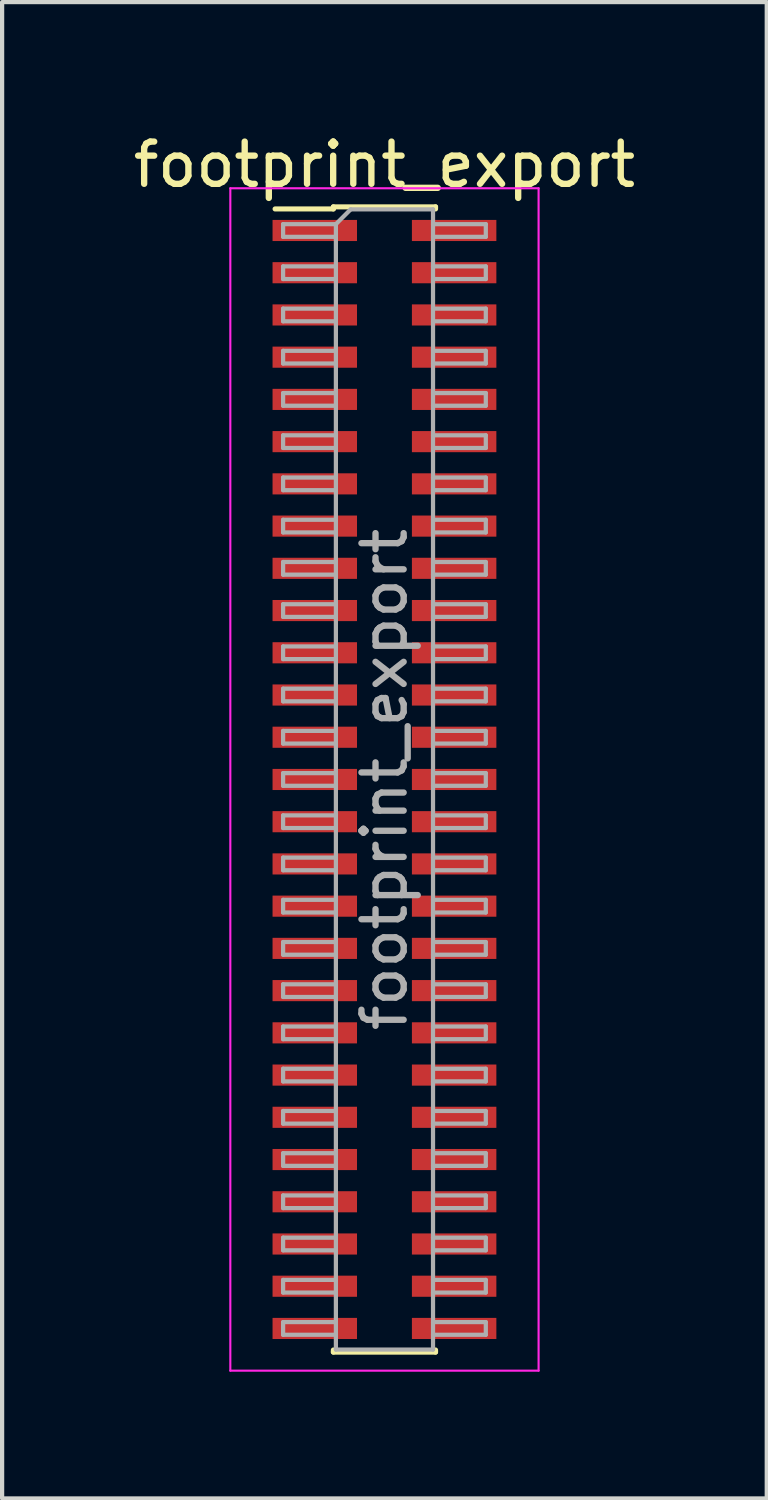
<source format=kicad_pcb>
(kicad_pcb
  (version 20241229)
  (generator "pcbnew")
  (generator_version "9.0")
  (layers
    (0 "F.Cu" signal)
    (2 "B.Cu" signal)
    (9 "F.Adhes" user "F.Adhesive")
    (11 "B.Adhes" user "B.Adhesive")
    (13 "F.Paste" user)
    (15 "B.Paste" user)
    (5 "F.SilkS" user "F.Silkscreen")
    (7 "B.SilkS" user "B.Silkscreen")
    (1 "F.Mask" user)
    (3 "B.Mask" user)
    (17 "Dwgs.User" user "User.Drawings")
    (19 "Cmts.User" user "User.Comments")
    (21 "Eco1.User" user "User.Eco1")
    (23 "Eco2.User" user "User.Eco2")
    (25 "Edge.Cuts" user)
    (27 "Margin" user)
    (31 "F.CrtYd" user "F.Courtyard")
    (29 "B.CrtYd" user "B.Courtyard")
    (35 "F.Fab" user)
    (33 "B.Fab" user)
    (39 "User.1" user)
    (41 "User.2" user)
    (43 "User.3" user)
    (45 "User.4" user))
  (footprint "footprint_export"
    (layer "F.Cu")
    (at 6.054 15.408)
    (property "Reference" "footprint_export" (at 0 -14.56 0) (layer "F.SilkS") (effects (font (size 1 1) (thickness 0.15))))
    (attr smd)
    (fp_line (start -2.59 -13.51) (end -1.21 -13.51) (stroke (width 0.12) (type solid)) (layer "F.SilkS"))
    (fp_line (start -1.21 -13.56) (end -1.21 -13.51) (stroke (width 0.12) (type solid)) (layer "F.SilkS"))
    (fp_line (start -1.21 -13.56) (end 1.21 -13.56) (stroke (width 0.12) (type solid)) (layer "F.SilkS"))
    (fp_line (start -1.21 13.51) (end -1.21 13.56) (stroke (width 0.12) (type solid)) (layer "F.SilkS"))
    (fp_line (start -1.21 13.56) (end 1.21 13.56) (stroke (width 0.12) (type solid)) (layer "F.SilkS"))
    (fp_line (start 1.21 -13.56) (end 1.21 -13.51) (stroke (width 0.12) (type solid)) (layer "F.SilkS"))
    (fp_line (start 1.21 13.51) (end 1.21 13.56) (stroke (width 0.12) (type solid)) (layer "F.SilkS"))
    (fp_line (start -3.65 -14) (end -3.65 14) (stroke (width 0.05) (type solid)) (layer "F.CrtYd"))
    (fp_line (start -3.65 14) (end 3.65 14) (stroke (width 0.05) (type solid)) (layer "F.CrtYd"))
    (fp_line (start 3.65 -14) (end -3.65 -14) (stroke (width 0.05) (type solid)) (layer "F.CrtYd"))
    (fp_line (start 3.65 14) (end 3.65 -14) (stroke (width 0.05) (type solid)) (layer "F.CrtYd"))
    (fp_line (start -2.4 -13.15) (end -2.4 -12.85) (stroke (width 0.1) (type solid)) (layer "F.Fab"))
    (fp_line (start -2.4 -12.85) (end -1.15 -12.85) (stroke (width 0.1) (type solid)) (layer "F.Fab"))
    (fp_line (start -2.4 -12.15) (end -2.4 -11.85) (stroke (width 0.1) (type solid)) (layer "F.Fab"))
    (fp_line (start -2.4 -11.85) (end -1.15 -11.85) (stroke (width 0.1) (type solid)) (layer "F.Fab"))
    (fp_line (start -2.4 -11.15) (end -2.4 -10.85) (stroke (width 0.1) (type solid)) (layer "F.Fab"))
    (fp_line (start -2.4 -10.85) (end -1.15 -10.85) (stroke (width 0.1) (type solid)) (layer "F.Fab"))
    (fp_line (start -2.4 -10.15) (end -2.4 -9.85) (stroke (width 0.1) (type solid)) (layer "F.Fab"))
    (fp_line (start -2.4 -9.85) (end -1.15 -9.85) (stroke (width 0.1) (type solid)) (layer "F.Fab"))
    (fp_line (start -2.4 -9.15) (end -2.4 -8.85) (stroke (width 0.1) (type solid)) (layer "F.Fab"))
    (fp_line (start -2.4 -8.85) (end -1.15 -8.85) (stroke (width 0.1) (type solid)) (layer "F.Fab"))
    (fp_line (start -2.4 -8.15) (end -2.4 -7.85) (stroke (width 0.1) (type solid)) (layer "F.Fab"))
    (fp_line (start -2.4 -7.85) (end -1.15 -7.85) (stroke (width 0.1) (type solid)) (layer "F.Fab"))
    (fp_line (start -2.4 -7.15) (end -2.4 -6.85) (stroke (width 0.1) (type solid)) (layer "F.Fab"))
    (fp_line (start -2.4 -6.85) (end -1.15 -6.85) (stroke (width 0.1) (type solid)) (layer "F.Fab"))
    (fp_line (start -2.4 -6.15) (end -2.4 -5.85) (stroke (width 0.1) (type solid)) (layer "F.Fab"))
    (fp_line (start -2.4 -5.85) (end -1.15 -5.85) (stroke (width 0.1) (type solid)) (layer "F.Fab"))
    (fp_line (start -2.4 -5.15) (end -2.4 -4.85) (stroke (width 0.1) (type solid)) (layer "F.Fab"))
    (fp_line (start -2.4 -4.85) (end -1.15 -4.85) (stroke (width 0.1) (type solid)) (layer "F.Fab"))
    (fp_line (start -2.4 -4.15) (end -2.4 -3.85) (stroke (width 0.1) (type solid)) (layer "F.Fab"))
    (fp_line (start -2.4 -3.85) (end -1.15 -3.85) (stroke (width 0.1) (type solid)) (layer "F.Fab"))
    (fp_line (start -2.4 -3.15) (end -2.4 -2.85) (stroke (width 0.1) (type solid)) (layer "F.Fab"))
    (fp_line (start -2.4 -2.85) (end -1.15 -2.85) (stroke (width 0.1) (type solid)) (layer "F.Fab"))
    (fp_line (start -2.4 -2.15) (end -2.4 -1.85) (stroke (width 0.1) (type solid)) (layer "F.Fab"))
    (fp_line (start -2.4 -1.85) (end -1.15 -1.85) (stroke (width 0.1) (type solid)) (layer "F.Fab"))
    (fp_line (start -2.4 -1.15) (end -2.4 -0.85) (stroke (width 0.1) (type solid)) (layer "F.Fab"))
    (fp_line (start -2.4 -0.85) (end -1.15 -0.85) (stroke (width 0.1) (type solid)) (layer "F.Fab"))
    (fp_line (start -2.4 -0.15) (end -2.4 0.15) (stroke (width 0.1) (type solid)) (layer "F.Fab"))
    (fp_line (start -2.4 0.15) (end -1.15 0.15) (stroke (width 0.1) (type solid)) (layer "F.Fab"))
    (fp_line (start -2.4 0.85) (end -2.4 1.15) (stroke (width 0.1) (type solid)) (layer "F.Fab"))
    (fp_line (start -2.4 1.15) (end -1.15 1.15) (stroke (width 0.1) (type solid)) (layer "F.Fab"))
    (fp_line (start -2.4 1.85) (end -2.4 2.15) (stroke (width 0.1) (type solid)) (layer "F.Fab"))
    (fp_line (start -2.4 2.15) (end -1.15 2.15) (stroke (width 0.1) (type solid)) (layer "F.Fab"))
    (fp_line (start -2.4 2.85) (end -2.4 3.15) (stroke (width 0.1) (type solid)) (layer "F.Fab"))
    (fp_line (start -2.4 3.15) (end -1.15 3.15) (stroke (width 0.1) (type solid)) (layer "F.Fab"))
    (fp_line (start -2.4 3.85) (end -2.4 4.15) (stroke (width 0.1) (type solid)) (layer "F.Fab"))
    (fp_line (start -2.4 4.15) (end -1.15 4.15) (stroke (width 0.1) (type solid)) (layer "F.Fab"))
    (fp_line (start -2.4 4.85) (end -2.4 5.15) (stroke (width 0.1) (type solid)) (layer "F.Fab"))
    (fp_line (start -2.4 5.15) (end -1.15 5.15) (stroke (width 0.1) (type solid)) (layer "F.Fab"))
    (fp_line (start -2.4 5.85) (end -2.4 6.15) (stroke (width 0.1) (type solid)) (layer "F.Fab"))
    (fp_line (start -2.4 6.15) (end -1.15 6.15) (stroke (width 0.1) (type solid)) (layer "F.Fab"))
    (fp_line (start -2.4 6.85) (end -2.4 7.15) (stroke (width 0.1) (type solid)) (layer "F.Fab"))
    (fp_line (start -2.4 7.15) (end -1.15 7.15) (stroke (width 0.1) (type solid)) (layer "F.Fab"))
    (fp_line (start -2.4 7.85) (end -2.4 8.15) (stroke (width 0.1) (type solid)) (layer "F.Fab"))
    (fp_line (start -2.4 8.15) (end -1.15 8.15) (stroke (width 0.1) (type solid)) (layer "F.Fab"))
    (fp_line (start -2.4 8.85) (end -2.4 9.15) (stroke (width 0.1) (type solid)) (layer "F.Fab"))
    (fp_line (start -2.4 9.15) (end -1.15 9.15) (stroke (width 0.1) (type solid)) (layer "F.Fab"))
    (fp_line (start -2.4 9.85) (end -2.4 10.15) (stroke (width 0.1) (type solid)) (layer "F.Fab"))
    (fp_line (start -2.4 10.15) (end -1.15 10.15) (stroke (width 0.1) (type solid)) (layer "F.Fab"))
    (fp_line (start -2.4 10.85) (end -2.4 11.15) (stroke (width 0.1) (type solid)) (layer "F.Fab"))
    (fp_line (start -2.4 11.15) (end -1.15 11.15) (stroke (width 0.1) (type solid)) (layer "F.Fab"))
    (fp_line (start -2.4 11.85) (end -2.4 12.15) (stroke (width 0.1) (type solid)) (layer "F.Fab"))
    (fp_line (start -2.4 12.15) (end -1.15 12.15) (stroke (width 0.1) (type solid)) (layer "F.Fab"))
    (fp_line (start -2.4 12.85) (end -2.4 13.15) (stroke (width 0.1) (type solid)) (layer "F.Fab"))
    (fp_line (start -2.4 13.15) (end -1.15 13.15) (stroke (width 0.1) (type solid)) (layer "F.Fab"))
    (fp_line (start -1.15 -13.15) (end -2.4 -13.15) (stroke (width 0.1) (type solid)) (layer "F.Fab"))
    (fp_line (start -1.15 -13.15) (end -0.8 -13.5) (stroke (width 0.1) (type solid)) (layer "F.Fab"))
    (fp_line (start -1.15 -12.15) (end -2.4 -12.15) (stroke (width 0.1) (type solid)) (layer "F.Fab"))
    (fp_line (start -1.15 -11.15) (end -2.4 -11.15) (stroke (width 0.1) (type solid)) (layer "F.Fab"))
    (fp_line (start -1.15 -10.15) (end -2.4 -10.15) (stroke (width 0.1) (type solid)) (layer "F.Fab"))
    (fp_line (start -1.15 -9.15) (end -2.4 -9.15) (stroke (width 0.1) (type solid)) (layer "F.Fab"))
    (fp_line (start -1.15 -8.15) (end -2.4 -8.15) (stroke (width 0.1) (type solid)) (layer "F.Fab"))
    (fp_line (start -1.15 -7.15) (end -2.4 -7.15) (stroke (width 0.1) (type solid)) (layer "F.Fab"))
    (fp_line (start -1.15 -6.15) (end -2.4 -6.15) (stroke (width 0.1) (type solid)) (layer "F.Fab"))
    (fp_line (start -1.15 -5.15) (end -2.4 -5.15) (stroke (width 0.1) (type solid)) (layer "F.Fab"))
    (fp_line (start -1.15 -4.15) (end -2.4 -4.15) (stroke (width 0.1) (type solid)) (layer "F.Fab"))
    (fp_line (start -1.15 -3.15) (end -2.4 -3.15) (stroke (width 0.1) (type solid)) (layer "F.Fab"))
    (fp_line (start -1.15 -2.15) (end -2.4 -2.15) (stroke (width 0.1) (type solid)) (layer "F.Fab"))
    (fp_line (start -1.15 -1.15) (end -2.4 -1.15) (stroke (width 0.1) (type solid)) (layer "F.Fab"))
    (fp_line (start -1.15 -0.15) (end -2.4 -0.15) (stroke (width 0.1) (type solid)) (layer "F.Fab"))
    (fp_line (start -1.15 0.85) (end -2.4 0.85) (stroke (width 0.1) (type solid)) (layer "F.Fab"))
    (fp_line (start -1.15 1.85) (end -2.4 1.85) (stroke (width 0.1) (type solid)) (layer "F.Fab"))
    (fp_line (start -1.15 2.85) (end -2.4 2.85) (stroke (width 0.1) (type solid)) (layer "F.Fab"))
    (fp_line (start -1.15 3.85) (end -2.4 3.85) (stroke (width 0.1) (type solid)) (layer "F.Fab"))
    (fp_line (start -1.15 4.85) (end -2.4 4.85) (stroke (width 0.1) (type solid)) (layer "F.Fab"))
    (fp_line (start -1.15 5.85) (end -2.4 5.85) (stroke (width 0.1) (type solid)) (layer "F.Fab"))
    (fp_line (start -1.15 6.85) (end -2.4 6.85) (stroke (width 0.1) (type solid)) (layer "F.Fab"))
    (fp_line (start -1.15 7.85) (end -2.4 7.85) (stroke (width 0.1) (type solid)) (layer "F.Fab"))
    (fp_line (start -1.15 8.85) (end -2.4 8.85) (stroke (width 0.1) (type solid)) (layer "F.Fab"))
    (fp_line (start -1.15 9.85) (end -2.4 9.85) (stroke (width 0.1) (type solid)) (layer "F.Fab"))
    (fp_line (start -1.15 10.85) (end -2.4 10.85) (stroke (width 0.1) (type solid)) (layer "F.Fab"))
    (fp_line (start -1.15 11.85) (end -2.4 11.85) (stroke (width 0.1) (type solid)) (layer "F.Fab"))
    (fp_line (start -1.15 12.85) (end -2.4 12.85) (stroke (width 0.1) (type solid)) (layer "F.Fab"))
    (fp_line (start -1.15 13.5) (end -1.15 -13.15) (stroke (width 0.1) (type solid)) (layer "F.Fab"))
    (fp_line (start -0.8 -13.5) (end 1.15 -13.5) (stroke (width 0.1) (type solid)) (layer "F.Fab"))
    (fp_line (start 1.15 -13.5) (end 1.15 13.5) (stroke (width 0.1) (type solid)) (layer "F.Fab"))
    (fp_line (start 1.15 -13.15) (end 2.4 -13.15) (stroke (width 0.1) (type solid)) (layer "F.Fab"))
    (fp_line (start 1.15 -12.15) (end 2.4 -12.15) (stroke (width 0.1) (type solid)) (layer "F.Fab"))
    (fp_line (start 1.15 -11.15) (end 2.4 -11.15) (stroke (width 0.1) (type solid)) (layer "F.Fab"))
    (fp_line (start 1.15 -10.15) (end 2.4 -10.15) (stroke (width 0.1) (type solid)) (layer "F.Fab"))
    (fp_line (start 1.15 -9.15) (end 2.4 -9.15) (stroke (width 0.1) (type solid)) (layer "F.Fab"))
    (fp_line (start 1.15 -8.15) (end 2.4 -8.15) (stroke (width 0.1) (type solid)) (layer "F.Fab"))
    (fp_line (start 1.15 -7.15) (end 2.4 -7.15) (stroke (width 0.1) (type solid)) (layer "F.Fab"))
    (fp_line (start 1.15 -6.15) (end 2.4 -6.15) (stroke (width 0.1) (type solid)) (layer "F.Fab"))
    (fp_line (start 1.15 -5.15) (end 2.4 -5.15) (stroke (width 0.1) (type solid)) (layer "F.Fab"))
    (fp_line (start 1.15 -4.15) (end 2.4 -4.15) (stroke (width 0.1) (type solid)) (layer "F.Fab"))
    (fp_line (start 1.15 -3.15) (end 2.4 -3.15) (stroke (width 0.1) (type solid)) (layer "F.Fab"))
    (fp_line (start 1.15 -2.15) (end 2.4 -2.15) (stroke (width 0.1) (type solid)) (layer "F.Fab"))
    (fp_line (start 1.15 -1.15) (end 2.4 -1.15) (stroke (width 0.1) (type solid)) (layer "F.Fab"))
    (fp_line (start 1.15 -0.15) (end 2.4 -0.15) (stroke (width 0.1) (type solid)) (layer "F.Fab"))
    (fp_line (start 1.15 0.85) (end 2.4 0.85) (stroke (width 0.1) (type solid)) (layer "F.Fab"))
    (fp_line (start 1.15 1.85) (end 2.4 1.85) (stroke (width 0.1) (type solid)) (layer "F.Fab"))
    (fp_line (start 1.15 2.85) (end 2.4 2.85) (stroke (width 0.1) (type solid)) (layer "F.Fab"))
    (fp_line (start 1.15 3.85) (end 2.4 3.85) (stroke (width 0.1) (type solid)) (layer "F.Fab"))
    (fp_line (start 1.15 4.85) (end 2.4 4.85) (stroke (width 0.1) (type solid)) (layer "F.Fab"))
    (fp_line (start 1.15 5.85) (end 2.4 5.85) (stroke (width 0.1) (type solid)) (layer "F.Fab"))
    (fp_line (start 1.15 6.85) (end 2.4 6.85) (stroke (width 0.1) (type solid)) (layer "F.Fab"))
    (fp_line (start 1.15 7.85) (end 2.4 7.85) (stroke (width 0.1) (type solid)) (layer "F.Fab"))
    (fp_line (start 1.15 8.85) (end 2.4 8.85) (stroke (width 0.1) (type solid)) (layer "F.Fab"))
    (fp_line (start 1.15 9.85) (end 2.4 9.85) (stroke (width 0.1) (type solid)) (layer "F.Fab"))
    (fp_line (start 1.15 10.85) (end 2.4 10.85) (stroke (width 0.1) (type solid)) (layer "F.Fab"))
    (fp_line (start 1.15 11.85) (end 2.4 11.85) (stroke (width 0.1) (type solid)) (layer "F.Fab"))
    (fp_line (start 1.15 12.85) (end 2.4 12.85) (stroke (width 0.1) (type solid)) (layer "F.Fab"))
    (fp_line (start 1.15 13.5) (end -1.15 13.5) (stroke (width 0.1) (type solid)) (layer "F.Fab"))
    (fp_line (start 2.4 -13.15) (end 2.4 -12.85) (stroke (width 0.1) (type solid)) (layer "F.Fab"))
    (fp_line (start 2.4 -12.85) (end 1.15 -12.85) (stroke (width 0.1) (type solid)) (layer "F.Fab"))
    (fp_line (start 2.4 -12.15) (end 2.4 -11.85) (stroke (width 0.1) (type solid)) (layer "F.Fab"))
    (fp_line (start 2.4 -11.85) (end 1.15 -11.85) (stroke (width 0.1) (type solid)) (layer "F.Fab"))
    (fp_line (start 2.4 -11.15) (end 2.4 -10.85) (stroke (width 0.1) (type solid)) (layer "F.Fab"))
    (fp_line (start 2.4 -10.85) (end 1.15 -10.85) (stroke (width 0.1) (type solid)) (layer "F.Fab"))
    (fp_line (start 2.4 -10.15) (end 2.4 -9.85) (stroke (width 0.1) (type solid)) (layer "F.Fab"))
    (fp_line (start 2.4 -9.85) (end 1.15 -9.85) (stroke (width 0.1) (type solid)) (layer "F.Fab"))
    (fp_line (start 2.4 -9.15) (end 2.4 -8.85) (stroke (width 0.1) (type solid)) (layer "F.Fab"))
    (fp_line (start 2.4 -8.85) (end 1.15 -8.85) (stroke (width 0.1) (type solid)) (layer "F.Fab"))
    (fp_line (start 2.4 -8.15) (end 2.4 -7.85) (stroke (width 0.1) (type solid)) (layer "F.Fab"))
    (fp_line (start 2.4 -7.85) (end 1.15 -7.85) (stroke (width 0.1) (type solid)) (layer "F.Fab"))
    (fp_line (start 2.4 -7.15) (end 2.4 -6.85) (stroke (width 0.1) (type solid)) (layer "F.Fab"))
    (fp_line (start 2.4 -6.85) (end 1.15 -6.85) (stroke (width 0.1) (type solid)) (layer "F.Fab"))
    (fp_line (start 2.4 -6.15) (end 2.4 -5.85) (stroke (width 0.1) (type solid)) (layer "F.Fab"))
    (fp_line (start 2.4 -5.85) (end 1.15 -5.85) (stroke (width 0.1) (type solid)) (layer "F.Fab"))
    (fp_line (start 2.4 -5.15) (end 2.4 -4.85) (stroke (width 0.1) (type solid)) (layer "F.Fab"))
    (fp_line (start 2.4 -4.85) (end 1.15 -4.85) (stroke (width 0.1) (type solid)) (layer "F.Fab"))
    (fp_line (start 2.4 -4.15) (end 2.4 -3.85) (stroke (width 0.1) (type solid)) (layer "F.Fab"))
    (fp_line (start 2.4 -3.85) (end 1.15 -3.85) (stroke (width 0.1) (type solid)) (layer "F.Fab"))
    (fp_line (start 2.4 -3.15) (end 2.4 -2.85) (stroke (width 0.1) (type solid)) (layer "F.Fab"))
    (fp_line (start 2.4 -2.85) (end 1.15 -2.85) (stroke (width 0.1) (type solid)) (layer "F.Fab"))
    (fp_line (start 2.4 -2.15) (end 2.4 -1.85) (stroke (width 0.1) (type solid)) (layer "F.Fab"))
    (fp_line (start 2.4 -1.85) (end 1.15 -1.85) (stroke (width 0.1) (type solid)) (layer "F.Fab"))
    (fp_line (start 2.4 -1.15) (end 2.4 -0.85) (stroke (width 0.1) (type solid)) (layer "F.Fab"))
    (fp_line (start 2.4 -0.85) (end 1.15 -0.85) (stroke (width 0.1) (type solid)) (layer "F.Fab"))
    (fp_line (start 2.4 -0.15) (end 2.4 0.15) (stroke (width 0.1) (type solid)) (layer "F.Fab"))
    (fp_line (start 2.4 0.15) (end 1.15 0.15) (stroke (width 0.1) (type solid)) (layer "F.Fab"))
    (fp_line (start 2.4 0.85) (end 2.4 1.15) (stroke (width 0.1) (type solid)) (layer "F.Fab"))
    (fp_line (start 2.4 1.15) (end 1.15 1.15) (stroke (width 0.1) (type solid)) (layer "F.Fab"))
    (fp_line (start 2.4 1.85) (end 2.4 2.15) (stroke (width 0.1) (type solid)) (layer "F.Fab"))
    (fp_line (start 2.4 2.15) (end 1.15 2.15) (stroke (width 0.1) (type solid)) (layer "F.Fab"))
    (fp_line (start 2.4 2.85) (end 2.4 3.15) (stroke (width 0.1) (type solid)) (layer "F.Fab"))
    (fp_line (start 2.4 3.15) (end 1.15 3.15) (stroke (width 0.1) (type solid)) (layer "F.Fab"))
    (fp_line (start 2.4 3.85) (end 2.4 4.15) (stroke (width 0.1) (type solid)) (layer "F.Fab"))
    (fp_line (start 2.4 4.15) (end 1.15 4.15) (stroke (width 0.1) (type solid)) (layer "F.Fab"))
    (fp_line (start 2.4 4.85) (end 2.4 5.15) (stroke (width 0.1) (type solid)) (layer "F.Fab"))
    (fp_line (start 2.4 5.15) (end 1.15 5.15) (stroke (width 0.1) (type solid)) (layer "F.Fab"))
    (fp_line (start 2.4 5.85) (end 2.4 6.15) (stroke (width 0.1) (type solid)) (layer "F.Fab"))
    (fp_line (start 2.4 6.15) (end 1.15 6.15) (stroke (width 0.1) (type solid)) (layer "F.Fab"))
    (fp_line (start 2.4 6.85) (end 2.4 7.15) (stroke (width 0.1) (type solid)) (layer "F.Fab"))
    (fp_line (start 2.4 7.15) (end 1.15 7.15) (stroke (width 0.1) (type solid)) (layer "F.Fab"))
    (fp_line (start 2.4 7.85) (end 2.4 8.15) (stroke (width 0.1) (type solid)) (layer "F.Fab"))
    (fp_line (start 2.4 8.15) (end 1.15 8.15) (stroke (width 0.1) (type solid)) (layer "F.Fab"))
    (fp_line (start 2.4 8.85) (end 2.4 9.15) (stroke (width 0.1) (type solid)) (layer "F.Fab"))
    (fp_line (start 2.4 9.15) (end 1.15 9.15) (stroke (width 0.1) (type solid)) (layer "F.Fab"))
    (fp_line (start 2.4 9.85) (end 2.4 10.15) (stroke (width 0.1) (type solid)) (layer "F.Fab"))
    (fp_line (start 2.4 10.15) (end 1.15 10.15) (stroke (width 0.1) (type solid)) (layer "F.Fab"))
    (fp_line (start 2.4 10.85) (end 2.4 11.15) (stroke (width 0.1) (type solid)) (layer "F.Fab"))
    (fp_line (start 2.4 11.15) (end 1.15 11.15) (stroke (width 0.1) (type solid)) (layer "F.Fab"))
    (fp_line (start 2.4 11.85) (end 2.4 12.15) (stroke (width 0.1) (type solid)) (layer "F.Fab"))
    (fp_line (start 2.4 12.15) (end 1.15 12.15) (stroke (width 0.1) (type solid)) (layer "F.Fab"))
    (fp_line (start 2.4 12.85) (end 2.4 13.15) (stroke (width 0.1) (type solid)) (layer "F.Fab"))
    (fp_line (start 2.4 13.15) (end 1.15 13.15) (stroke (width 0.1) (type solid)) (layer "F.Fab"))
    (fp_text user "${REFERENCE}" (at 0 0 90) (layer "F.Fab") (effects (font (size 1 1) (thickness 0.15))))
    (pad "1" smd rect (at -1.65 -13) (size 2 0.5) (layers "F.Cu" "F.Mask" "F.Paste"))
    (pad "2" smd rect (at 1.65 -13) (size 2 0.5) (layers "F.Cu" "F.Mask" "F.Paste"))
    (pad "3" smd rect (at -1.65 -12) (size 2 0.5) (layers "F.Cu" "F.Mask" "F.Paste"))
    (pad "4" smd rect (at 1.65 -12) (size 2 0.5) (layers "F.Cu" "F.Mask" "F.Paste"))
    (pad "5" smd rect (at -1.65 -11) (size 2 0.5) (layers "F.Cu" "F.Mask" "F.Paste"))
    (pad "6" smd rect (at 1.65 -11) (size 2 0.5) (layers "F.Cu" "F.Mask" "F.Paste"))
    (pad "7" smd rect (at -1.65 -10) (size 2 0.5) (layers "F.Cu" "F.Mask" "F.Paste"))
    (pad "8" smd rect (at 1.65 -10) (size 2 0.5) (layers "F.Cu" "F.Mask" "F.Paste"))
    (pad "9" smd rect (at -1.65 -9) (size 2 0.5) (layers "F.Cu" "F.Mask" "F.Paste"))
    (pad "10" smd rect (at 1.65 -9) (size 2 0.5) (layers "F.Cu" "F.Mask" "F.Paste"))
    (pad "11" smd rect (at -1.65 -8) (size 2 0.5) (layers "F.Cu" "F.Mask" "F.Paste"))
    (pad "12" smd rect (at 1.65 -8) (size 2 0.5) (layers "F.Cu" "F.Mask" "F.Paste"))
    (pad "13" smd rect (at -1.65 -7) (size 2 0.5) (layers "F.Cu" "F.Mask" "F.Paste"))
    (pad "14" smd rect (at 1.65 -7) (size 2 0.5) (layers "F.Cu" "F.Mask" "F.Paste"))
    (pad "15" smd rect (at -1.65 -6) (size 2 0.5) (layers "F.Cu" "F.Mask" "F.Paste"))
    (pad "16" smd rect (at 1.65 -6) (size 2 0.5) (layers "F.Cu" "F.Mask" "F.Paste"))
    (pad "17" smd rect (at -1.65 -5) (size 2 0.5) (layers "F.Cu" "F.Mask" "F.Paste"))
    (pad "18" smd rect (at 1.65 -5) (size 2 0.5) (layers "F.Cu" "F.Mask" "F.Paste"))
    (pad "19" smd rect (at -1.65 -4) (size 2 0.5) (layers "F.Cu" "F.Mask" "F.Paste"))
    (pad "20" smd rect (at 1.65 -4) (size 2 0.5) (layers "F.Cu" "F.Mask" "F.Paste"))
    (pad "21" smd rect (at -1.65 -3) (size 2 0.5) (layers "F.Cu" "F.Mask" "F.Paste"))
    (pad "22" smd rect (at 1.65 -3) (size 2 0.5) (layers "F.Cu" "F.Mask" "F.Paste"))
    (pad "23" smd rect (at -1.65 -2) (size 2 0.5) (layers "F.Cu" "F.Mask" "F.Paste"))
    (pad "24" smd rect (at 1.65 -2) (size 2 0.5) (layers "F.Cu" "F.Mask" "F.Paste"))
    (pad "25" smd rect (at -1.65 -1) (size 2 0.5) (layers "F.Cu" "F.Mask" "F.Paste"))
    (pad "26" smd rect (at 1.65 -1) (size 2 0.5) (layers "F.Cu" "F.Mask" "F.Paste"))
    (pad "27" smd rect (at -1.65 0) (size 2 0.5) (layers "F.Cu" "F.Mask" "F.Paste"))
    (pad "28" smd rect (at 1.65 0) (size 2 0.5) (layers "F.Cu" "F.Mask" "F.Paste"))
    (pad "29" smd rect (at -1.65 1) (size 2 0.5) (layers "F.Cu" "F.Mask" "F.Paste"))
    (pad "30" smd rect (at 1.65 1) (size 2 0.5) (layers "F.Cu" "F.Mask" "F.Paste"))
    (pad "31" smd rect (at -1.65 2) (size 2 0.5) (layers "F.Cu" "F.Mask" "F.Paste"))
    (pad "32" smd rect (at 1.65 2) (size 2 0.5) (layers "F.Cu" "F.Mask" "F.Paste"))
    (pad "33" smd rect (at -1.65 3) (size 2 0.5) (layers "F.Cu" "F.Mask" "F.Paste"))
    (pad "34" smd rect (at 1.65 3) (size 2 0.5) (layers "F.Cu" "F.Mask" "F.Paste"))
    (pad "35" smd rect (at -1.65 4) (size 2 0.5) (layers "F.Cu" "F.Mask" "F.Paste"))
    (pad "36" smd rect (at 1.65 4) (size 2 0.5) (layers "F.Cu" "F.Mask" "F.Paste"))
    (pad "37" smd rect (at -1.65 5) (size 2 0.5) (layers "F.Cu" "F.Mask" "F.Paste"))
    (pad "38" smd rect (at 1.65 5) (size 2 0.5) (layers "F.Cu" "F.Mask" "F.Paste"))
    (pad "39" smd rect (at -1.65 6) (size 2 0.5) (layers "F.Cu" "F.Mask" "F.Paste"))
    (pad "40" smd rect (at 1.65 6) (size 2 0.5) (layers "F.Cu" "F.Mask" "F.Paste"))
    (pad "41" smd rect (at -1.65 7) (size 2 0.5) (layers "F.Cu" "F.Mask" "F.Paste"))
    (pad "42" smd rect (at 1.65 7) (size 2 0.5) (layers "F.Cu" "F.Mask" "F.Paste"))
    (pad "43" smd rect (at -1.65 8) (size 2 0.5) (layers "F.Cu" "F.Mask" "F.Paste"))
    (pad "44" smd rect (at 1.65 8) (size 2 0.5) (layers "F.Cu" "F.Mask" "F.Paste"))
    (pad "45" smd rect (at -1.65 9) (size 2 0.5) (layers "F.Cu" "F.Mask" "F.Paste"))
    (pad "46" smd rect (at 1.65 9) (size 2 0.5) (layers "F.Cu" "F.Mask" "F.Paste"))
    (pad "47" smd rect (at -1.65 10) (size 2 0.5) (layers "F.Cu" "F.Mask" "F.Paste"))
    (pad "48" smd rect (at 1.65 10) (size 2 0.5) (layers "F.Cu" "F.Mask" "F.Paste"))
    (pad "49" smd rect (at -1.65 11) (size 2 0.5) (layers "F.Cu" "F.Mask" "F.Paste"))
    (pad "50" smd rect (at 1.65 11) (size 2 0.5) (layers "F.Cu" "F.Mask" "F.Paste"))
    (pad "51" smd rect (at -1.65 12) (size 2 0.5) (layers "F.Cu" "F.Mask" "F.Paste"))
    (pad "52" smd rect (at 1.65 12) (size 2 0.5) (layers "F.Cu" "F.Mask" "F.Paste"))
    (pad "53" smd rect (at -1.65 13) (size 2 0.5) (layers "F.Cu" "F.Mask" "F.Paste"))
    (pad "54" smd rect (at 1.65 13) (size 2 0.5) (layers "F.Cu" "F.Mask" "F.Paste")))
  (gr_rect
    (start -3 -3)
    (end 15.107 32.433)
    (stroke (width 0.1) (type default))
    (fill no)
    (layer "Edge.Cuts")))
</source>
